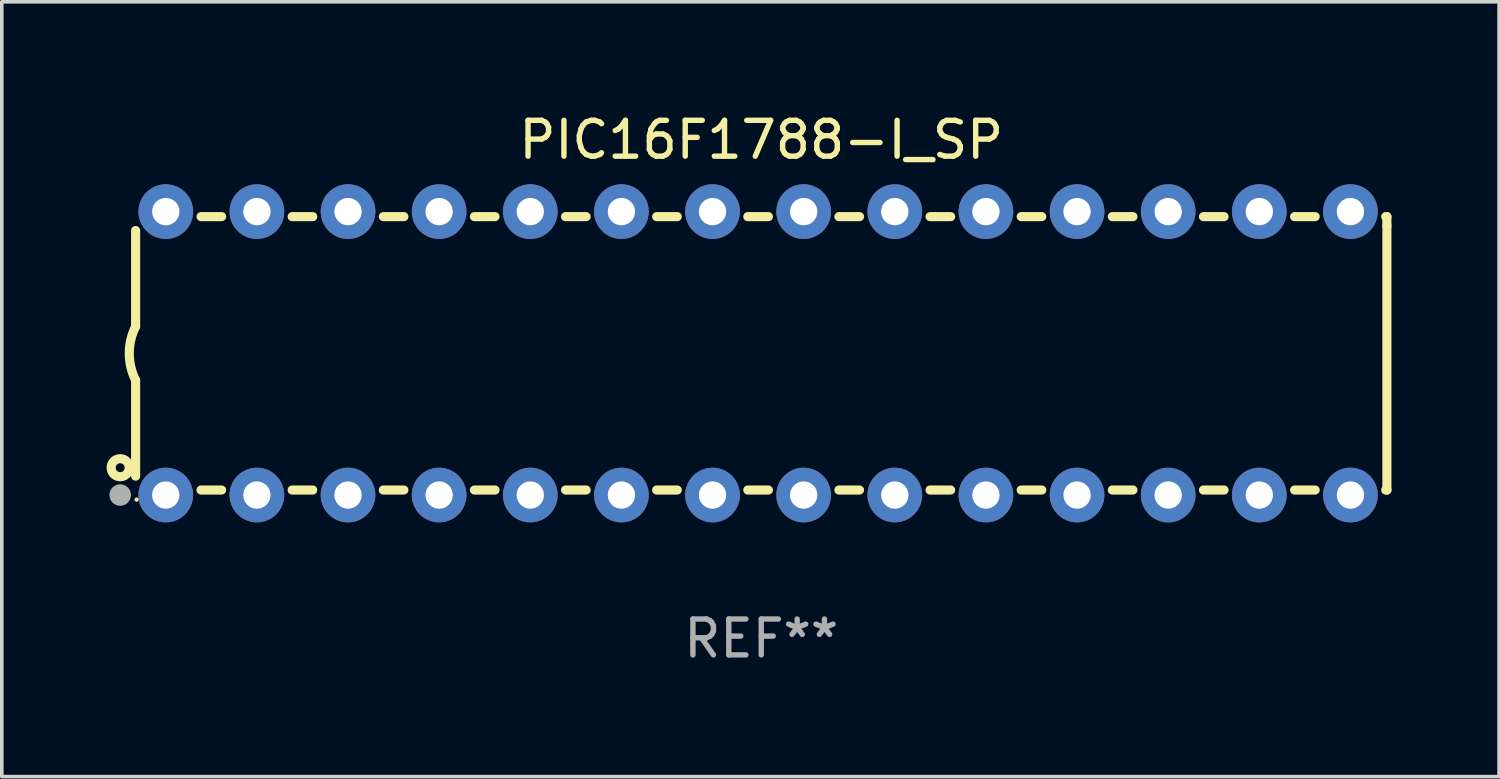
<source format=kicad_pcb>
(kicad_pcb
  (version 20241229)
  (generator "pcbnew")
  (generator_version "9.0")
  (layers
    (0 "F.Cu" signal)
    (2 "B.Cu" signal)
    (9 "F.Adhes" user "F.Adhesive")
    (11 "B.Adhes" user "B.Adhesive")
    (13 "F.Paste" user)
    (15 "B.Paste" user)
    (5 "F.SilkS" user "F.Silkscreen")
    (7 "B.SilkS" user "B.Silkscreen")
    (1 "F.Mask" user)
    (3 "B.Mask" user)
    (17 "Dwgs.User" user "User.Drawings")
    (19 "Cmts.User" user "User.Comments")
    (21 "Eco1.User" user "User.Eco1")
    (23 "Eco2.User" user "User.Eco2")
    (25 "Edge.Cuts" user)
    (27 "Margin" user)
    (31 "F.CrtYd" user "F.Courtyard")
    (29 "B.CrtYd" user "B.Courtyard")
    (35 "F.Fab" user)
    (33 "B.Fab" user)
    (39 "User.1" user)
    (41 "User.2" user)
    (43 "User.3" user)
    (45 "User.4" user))
  (footprint "PIC16F1788-I_SP"
    (layer "F.Cu")
    (at 18.168 6.798)
    (property "Reference" "PIC16F1788-I_SP" (at 0 -5.95 0) (layer "F.SilkS") (effects (font (size 1 1) (thickness 0.15))))
    (attr through_hole)
    (fp_line (start -17.438 0.75) (end -17.438 3.423) (stroke (width 0.254) (type solid)) (layer "F.SilkS"))
    (fp_line (start -17.438 -3.423) (end -17.438 -0.75) (stroke (width 0.254) (type solid)) (layer "F.SilkS"))
    (fp_line (start -15.615 3.81) (end -15.041 3.81) (stroke (width 0.254) (type solid)) (layer "F.SilkS"))
    (fp_line (start -15.041 -3.81) (end -15.614 -3.81) (stroke (width 0.254) (type solid)) (layer "F.SilkS"))
    (fp_line (start -13.075 3.81) (end -12.501 3.81) (stroke (width 0.254) (type solid)) (layer "F.SilkS"))
    (fp_line (start -12.501 -3.81) (end -13.074 -3.81) (stroke (width 0.254) (type solid)) (layer "F.SilkS"))
    (fp_line (start -10.535 3.81) (end -9.961 3.81) (stroke (width 0.254) (type solid)) (layer "F.SilkS"))
    (fp_line (start -9.961 -3.81) (end -10.534 -3.81) (stroke (width 0.254) (type solid)) (layer "F.SilkS"))
    (fp_line (start -7.995 3.81) (end -7.421 3.81) (stroke (width 0.254) (type solid)) (layer "F.SilkS"))
    (fp_line (start -7.421 -3.81) (end -7.995 -3.81) (stroke (width 0.254) (type solid)) (layer "F.SilkS"))
    (fp_line (start -5.455 3.81) (end -4.881 3.81) (stroke (width 0.254) (type solid)) (layer "F.SilkS"))
    (fp_line (start -4.881 -3.81) (end -5.455 -3.81) (stroke (width 0.254) (type solid)) (layer "F.SilkS"))
    (fp_line (start -2.915 3.81) (end -2.341 3.81) (stroke (width 0.254) (type solid)) (layer "F.SilkS"))
    (fp_line (start -2.341 -3.81) (end -2.915 -3.81) (stroke (width 0.254) (type solid)) (layer "F.SilkS"))
    (fp_line (start -0.375 3.81) (end 0.199 3.81) (stroke (width 0.254) (type solid)) (layer "F.SilkS"))
    (fp_line (start 0.199 -3.81) (end -0.375 -3.81) (stroke (width 0.254) (type solid)) (layer "F.SilkS"))
    (fp_line (start 2.165 3.81) (end 2.739 3.81) (stroke (width 0.254) (type solid)) (layer "F.SilkS"))
    (fp_line (start 2.739 -3.81) (end 2.165 -3.81) (stroke (width 0.254) (type solid)) (layer "F.SilkS"))
    (fp_line (start 4.705 3.81) (end 5.279 3.81) (stroke (width 0.254) (type solid)) (layer "F.SilkS"))
    (fp_line (start 5.279 -3.81) (end 4.705 -3.81) (stroke (width 0.254) (type solid)) (layer "F.SilkS"))
    (fp_line (start 7.245 3.81) (end 7.819 3.81) (stroke (width 0.254) (type solid)) (layer "F.SilkS"))
    (fp_line (start 7.819 -3.81) (end 7.245 -3.81) (stroke (width 0.254) (type solid)) (layer "F.SilkS"))
    (fp_line (start 9.785 3.81) (end 10.359 3.81) (stroke (width 0.254) (type solid)) (layer "F.SilkS"))
    (fp_line (start 10.359 -3.81) (end 9.785 -3.81) (stroke (width 0.254) (type solid)) (layer "F.SilkS"))
    (fp_line (start 12.325 3.81) (end 12.899 3.81) (stroke (width 0.254) (type solid)) (layer "F.SilkS"))
    (fp_line (start 12.899 -3.81) (end 12.325 -3.81) (stroke (width 0.254) (type solid)) (layer "F.SilkS"))
    (fp_line (start 14.865 3.81) (end 15.439 3.81) (stroke (width 0.254) (type solid)) (layer "F.SilkS"))
    (fp_line (start 15.439 -3.81) (end 14.865 -3.81) (stroke (width 0.254) (type solid)) (layer "F.SilkS"))
    (fp_line (start 17.405 3.81) (end 17.438 3.81) (stroke (width 0.254) (type solid)) (layer "F.SilkS"))
    (fp_line (start 17.438 -3.81) (end 17.405 -3.81) (stroke (width 0.254) (type solid)) (layer "F.SilkS"))
    (fp_line (start 17.438 -3.556) (end 17.438 -3.81) (stroke (width 0.254) (type solid)) (layer "F.SilkS"))
    (fp_line (start 17.438 3.81) (end 17.438 -3.556) (stroke (width 0.254) (type solid)) (layer "F.SilkS"))
    (fp_arc (start -17.437986 0.749657) (mid -17.614887 -0.000024) (end -17.437783 -0.749657) (stroke (width 0.254001) (type solid)) (layer "F.SilkS"))
    (fp_circle (center -17.868 3.188) (end -17.743 3.188) (stroke (width 0.254) (type solid)) (fill no) (layer "F.SilkS"))
    (fp_circle (center -17.411 4.077) (end -17.381 4.077) (stroke (width 0.06) (type solid)) (fill no) (layer "F.SilkS"))
    (fp_circle (center -17.868 3.95) (end -17.718 3.95) (stroke (width 0.3) (type solid)) (fill no) (layer "F.Fab"))
    (fp_text user "REF**" (at 0 7.95 0) (layer "F.Fab") (effects (font (size 1 1) (thickness 0.15))))
    (pad "1" thru_hole circle (at -16.598 3.95) (size 1.524 1.524) (drill 0.762) (layers "*.Cu" "*.Mask"))
    (pad "2" thru_hole circle (at -14.058 3.95) (size 1.524 1.524) (drill 0.762) (layers "*.Cu" "*.Mask"))
    (pad "3" thru_hole circle (at -11.518 3.95) (size 1.524 1.524) (drill 0.762) (layers "*.Cu" "*.Mask"))
    (pad "4" thru_hole circle (at -8.978 3.95) (size 1.524 1.524) (drill 0.762) (layers "*.Cu" "*.Mask"))
    (pad "5" thru_hole circle (at -6.438 3.95) (size 1.524 1.524) (drill 0.762) (layers "*.Cu" "*.Mask"))
    (pad "6" thru_hole circle (at -3.898 3.95) (size 1.524 1.524) (drill 0.762) (layers "*.Cu" "*.Mask"))
    (pad "7" thru_hole circle (at -1.358 3.95) (size 1.524 1.524) (drill 0.762) (layers "*.Cu" "*.Mask"))
    (pad "8" thru_hole circle (at 1.182 3.95) (size 1.524 1.524) (drill 0.762) (layers "*.Cu" "*.Mask"))
    (pad "9" thru_hole circle (at 3.722 3.95) (size 1.524 1.524) (drill 0.762) (layers "*.Cu" "*.Mask"))
    (pad "10" thru_hole circle (at 6.262 3.95) (size 1.524 1.524) (drill 0.762) (layers "*.Cu" "*.Mask"))
    (pad "11" thru_hole circle (at 8.802 3.95) (size 1.524 1.524) (drill 0.762) (layers "*.Cu" "*.Mask"))
    (pad "12" thru_hole circle (at 11.342 3.95) (size 1.524 1.524) (drill 0.762) (layers "*.Cu" "*.Mask"))
    (pad "13" thru_hole circle (at 13.882 3.95) (size 1.524 1.524) (drill 0.762) (layers "*.Cu" "*.Mask"))
    (pad "14" thru_hole circle (at 16.422 3.95) (size 1.524 1.524) (drill 0.762) (layers "*.Cu" "*.Mask"))
    (pad "15" thru_hole circle (at 16.422 -3.95) (size 1.524 1.524) (drill 0.762) (layers "*.Cu" "*.Mask"))
    (pad "16" thru_hole circle (at 13.882 -3.95) (size 1.524 1.524) (drill 0.762) (layers "*.Cu" "*.Mask"))
    (pad "17" thru_hole circle (at 11.342 -3.95) (size 1.524 1.524) (drill 0.762) (layers "*.Cu" "*.Mask"))
    (pad "18" thru_hole circle (at 8.802 -3.95) (size 1.524 1.524) (drill 0.762) (layers "*.Cu" "*.Mask"))
    (pad "19" thru_hole circle (at 6.262 -3.95) (size 1.524 1.524) (drill 0.762) (layers "*.Cu" "*.Mask"))
    (pad "20" thru_hole circle (at 3.722 -3.95) (size 1.524 1.524) (drill 0.762) (layers "*.Cu" "*.Mask"))
    (pad "21" thru_hole circle (at 1.182 -3.95) (size 1.524 1.524) (drill 0.762) (layers "*.Cu" "*.Mask"))
    (pad "22" thru_hole circle (at -1.358 -3.95) (size 1.524 1.524) (drill 0.762) (layers "*.Cu" "*.Mask"))
    (pad "23" thru_hole circle (at -3.898 -3.95) (size 1.524 1.524) (drill 0.762) (layers "*.Cu" "*.Mask"))
    (pad "24" thru_hole circle (at -6.438 -3.95) (size 1.524 1.524) (drill 0.762) (layers "*.Cu" "*.Mask"))
    (pad "25" thru_hole circle (at -8.978 -3.95) (size 1.524 1.524) (drill 0.762) (layers "*.Cu" "*.Mask"))
    (pad "26" thru_hole circle (at -11.517 -3.95) (size 1.524 1.524) (drill 0.762) (layers "*.Cu" "*.Mask"))
    (pad "27" thru_hole circle (at -14.057 -3.95) (size 1.524 1.524) (drill 0.762) (layers "*.Cu" "*.Mask"))
    (pad "28" thru_hole circle (at -16.597 -3.95) (size 1.524 1.524) (drill 0.762) (layers "*.Cu" "*.Mask")))
  (gr_rect
    (start -3 -3)
    (end 38.733 18.596)
    (stroke (width 0.1) (type default))
    (fill no)
    (layer "Edge.Cuts")))
</source>
